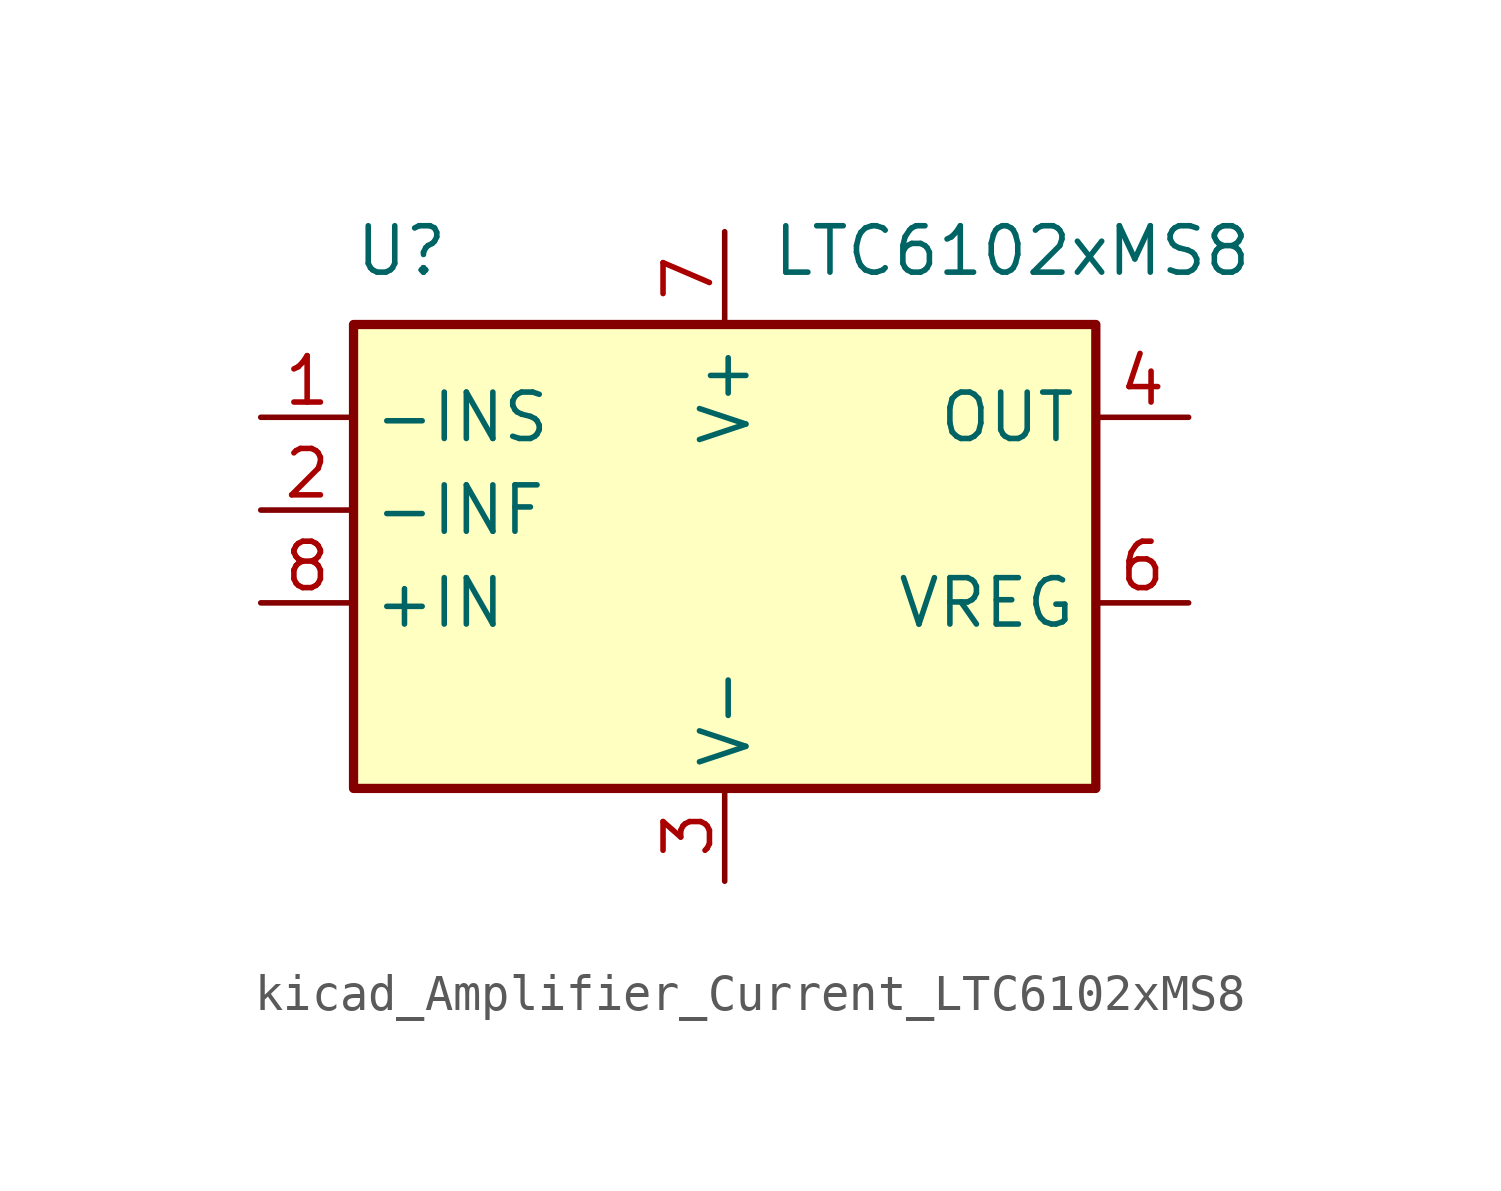
<source format=kicad_sym>
(kicad_symbol_lib
  (version 20220914)
  (generator kicad_symbol_editor)
  (symbol "kicad_Amplifier_Current_LTC6102xMS8"
    (property "Reference" "U"
      (at -10.16 8.89 0)
      (effects (font (size 1.27 1.27)) (justify left bottom)))
    (property "Value" "LTC6102xMS8"
      (at 1.27 8.89 0)
      (effects (font (size 1.27 1.27)) (justify left bottom)))
    (symbol "kicad_Amplifier_Current_LTC6102xMS8_0_1"
      (rectangle (start -10.16 7.62) (end 10.16 -5.08) (stroke (width 0.254) (type default)) (fill (type background))))
    (symbol "kicad_Amplifier_Current_LTC6102xMS8_1_1"
      (pin input line (at -12.7 5.08 0) (length 2.54) (name "-INS" (effects (font (size 1.27 1.27)))) (number "1" (effects (font (size 1.27 1.27)))))
      (pin input line (at -12.7 2.54 0) (length 2.54) (name "-INF" (effects (font (size 1.27 1.27)))) (number "2" (effects (font (size 1.27 1.27)))))
      (pin power_in line (at 0 -7.62 90) (length 2.54) (name "V-" (effects (font (size 1.27 1.27)))) (number "3" (effects (font (size 1.27 1.27)))))
      (pin output line (at 12.7 5.08 180) (length 2.54) (name "OUT" (effects (font (size 1.27 1.27)))) (number "4" (effects (font (size 1.27 1.27)))))
      (pin passive line (at 0 -7.62 90) (length 2.54) hide (name "V-" (effects (font (size 1.27 1.27)))) (number "5" (effects (font (size 1.27 1.27)))))
      (pin output line (at 12.7 0 180) (length 2.54) (name "VREG" (effects (font (size 1.27 1.27)))) (number "6" (effects (font (size 1.27 1.27)))))
      (pin power_in line (at 0 10.16 270) (length 2.54) (name "V+" (effects (font (size 1.27 1.27)))) (number "7" (effects (font (size 1.27 1.27)))))
      (pin input line (at -12.7 0 0) (length 2.54) (name "+IN" (effects (font (size 1.27 1.27)))) (number "8" (effects (font (size 1.27 1.27))))))))
</source>
